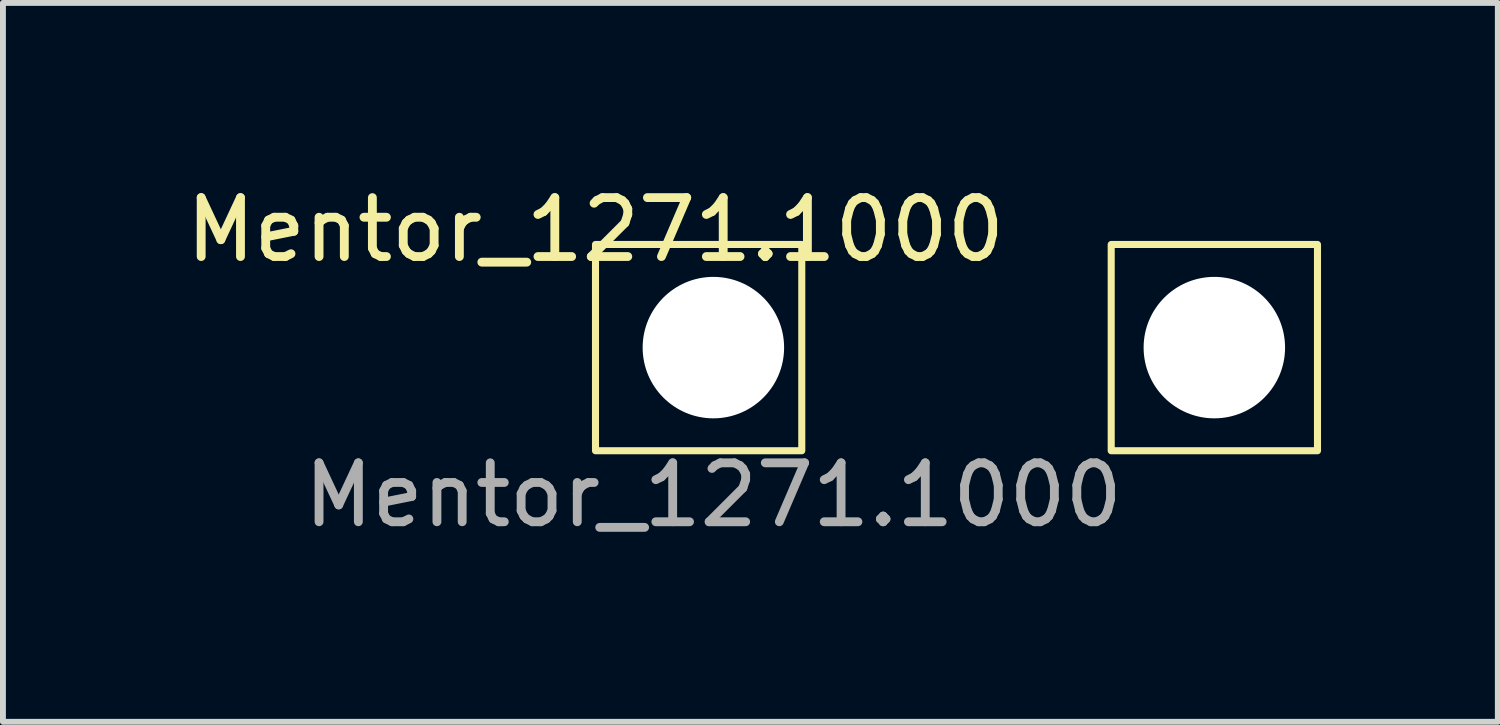
<source format=kicad_pcb>
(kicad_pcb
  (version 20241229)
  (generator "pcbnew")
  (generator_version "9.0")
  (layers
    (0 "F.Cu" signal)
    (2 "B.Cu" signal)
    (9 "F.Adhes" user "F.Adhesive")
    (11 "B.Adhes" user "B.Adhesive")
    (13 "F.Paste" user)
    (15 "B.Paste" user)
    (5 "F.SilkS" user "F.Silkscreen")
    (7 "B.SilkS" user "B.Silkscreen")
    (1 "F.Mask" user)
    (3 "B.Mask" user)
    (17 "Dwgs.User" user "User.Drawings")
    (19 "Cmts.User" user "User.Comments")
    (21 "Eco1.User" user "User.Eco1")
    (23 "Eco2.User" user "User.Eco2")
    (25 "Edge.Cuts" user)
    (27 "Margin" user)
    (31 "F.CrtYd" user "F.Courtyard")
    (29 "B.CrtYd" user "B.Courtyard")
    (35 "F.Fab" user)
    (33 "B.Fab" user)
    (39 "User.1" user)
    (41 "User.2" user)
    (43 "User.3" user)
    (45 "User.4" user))
  (footprint "Mentor_1271.1000"
    (layer "F.Cu")
    (at 9.054 2.848)
    (property "Reference" "Mentor_1271.1000" (at -2 -2 0) (unlocked yes) (layer "F.SilkS") (effects (font (size 1 1) (thickness 0.15))))
    (fp_rect (start -2 -1.75) (end 1.5 1.75) (stroke (width 0.12) (type default)) (fill no) (layer "F.SilkS"))
    (fp_rect (start 6.75 -1.75) (end 10.25 1.75) (stroke (width 0.12) (type default)) (fill no) (layer "F.SilkS"))
    (fp_text user "${REFERENCE}" (at 0 2.5 0) (unlocked yes) (layer "F.Fab") (effects (font (size 1 1) (thickness 0.15))))
    (pad "" np_thru_hole circle (at 0 0 90) (size 2.4 2.4) (drill 2.4) (layers "*.Cu" "*.Mask"))
    (pad "" np_thru_hole circle (at 8.5 0 90) (size 2.4 2.4) (drill 2.4) (layers "*.Cu" "*.Mask")))
  (gr_rect
    (start -3 -3)
    (end 22.364 9.197)
    (stroke (width 0.1) (type default))
    (fill no)
    (layer "Edge.Cuts")))
</source>
